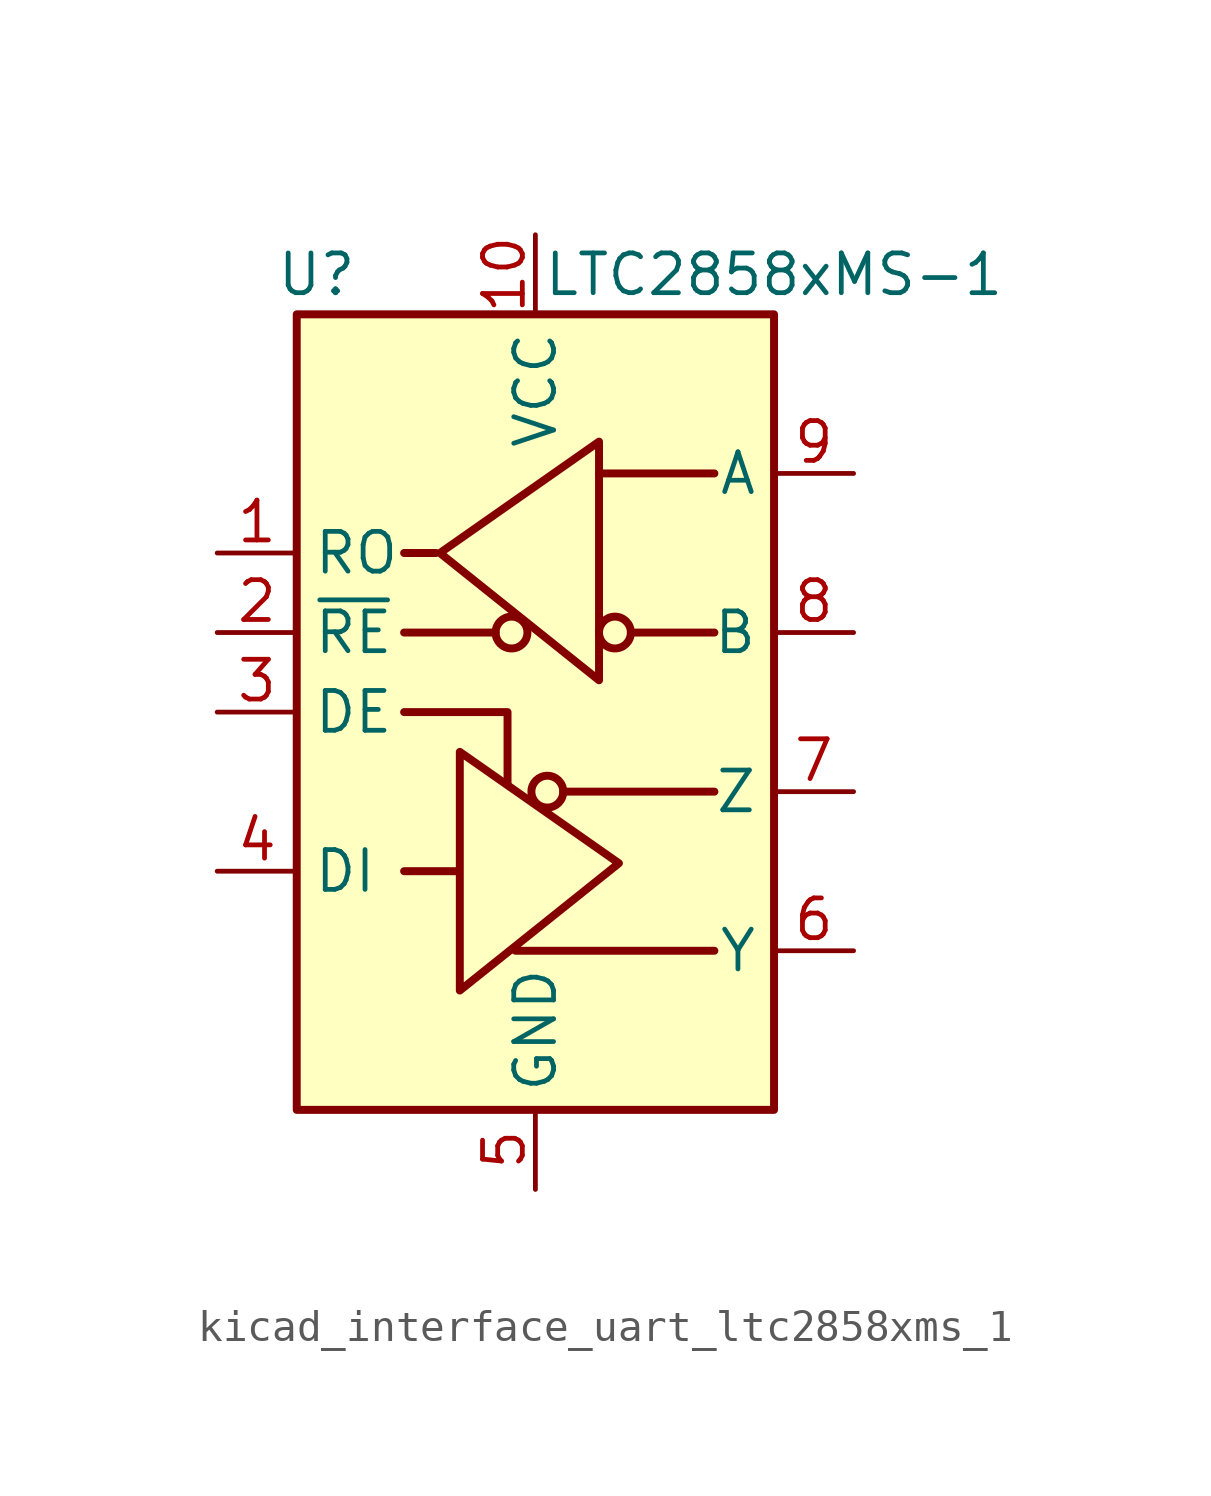
<source format=kicad_sym>
(kicad_symbol_lib
  (version 20220914)
  (generator kicad_symbol_editor)
  (symbol "kicad_interface_uart_ltc2858xms_1"
    (property "Reference" "U"
      (at -6.985 13.97 0)
      (effects (font (size 1.27 1.27))))
    (property "Value" "LTC2858xMS-1"
      (at 7.62 13.97 0)
      (effects (font (size 1.27 1.27))))
    (symbol "kicad_interface_uart_ltc2858xms_1_0_1"
      (rectangle (start -7.62 12.7) (end 7.62 -12.7) (stroke (width 0.254) (type default)) (fill (type background))))
    (symbol "kicad_interface_uart_ltc2858xms_1_1_1"
      (circle (center -0.762 2.54) (radius 0.508) (stroke (width 0.254) (type default)) (fill (type none)))
      (polyline (pts (xy -4.191 2.54) (xy -1.27 2.54)) (stroke (width 0.254) (type default)) (fill (type none)))
      (polyline (pts (xy -2.54 -5.08) (xy -4.191 -5.08)) (stroke (width 0.254) (type default)) (fill (type none)))
      (polyline (pts (xy -0.635 -7.62) (xy 5.715 -7.62)) (stroke (width 0.254) (type default)) (fill (type none)))
      (polyline (pts (xy 0.889 -2.54) (xy 5.715 -2.54)) (stroke (width 0.254) (type default)) (fill (type none)))
      (polyline (pts (xy 2.032 7.62) (xy 5.715 7.62)) (stroke (width 0.254) (type default)) (fill (type none)))
      (polyline (pts (xy 3.048 2.54) (xy 5.715 2.54)) (stroke (width 0.254) (type default)) (fill (type none)))
      (polyline (pts (xy -4.191 0) (xy -0.889 0) (xy -0.889 -2.286)) (stroke (width 0.254) (type default)) (fill (type none)))
      (polyline (pts (xy -3.175 5.08) (xy -4.191 5.08) (xy -4.064 5.08)) (stroke (width 0.254) (type default)) (fill (type none)))
      (polyline (pts (xy -2.413 -5.08) (xy -2.413 -1.27) (xy 2.667 -4.826) (xy -2.413 -8.89) (xy -2.413 -5.08)) (stroke (width 0.254) (type default)) (fill (type none)))
      (polyline (pts (xy 2.032 4.826) (xy 2.032 8.636) (xy -3.048 5.08) (xy 2.032 1.016) (xy 2.032 4.826)) (stroke (width 0.254) (type default)) (fill (type none)))
      (circle (center 0.381 -2.54) (radius 0.508) (stroke (width 0.254) (type default)) (fill (type none)))
      (circle (center 2.54 2.54) (radius 0.508) (stroke (width 0.254) (type default)) (fill (type none)))
      (pin output line (at -10.16 5.08 0) (length 2.54) (name "RO" (effects (font (size 1.27 1.27)))) (number "1" (effects (font (size 1.27 1.27)))))
      (pin power_in line (at 0 15.24 270) (length 2.54) (name "VCC" (effects (font (size 1.27 1.27)))) (number "10" (effects (font (size 1.27 1.27)))))
      (pin input line (at -10.16 2.54 0) (length 2.54) (name "~{RE}" (effects (font (size 1.27 1.27)))) (number "2" (effects (font (size 1.27 1.27)))))
      (pin input line (at -10.16 0 0) (length 2.54) (name "DE" (effects (font (size 1.27 1.27)))) (number "3" (effects (font (size 1.27 1.27)))))
      (pin input line (at -10.16 -5.08 0) (length 2.54) (name "DI" (effects (font (size 1.27 1.27)))) (number "4" (effects (font (size 1.27 1.27)))))
      (pin power_in line (at 0 -15.24 90) (length 2.54) (name "GND" (effects (font (size 1.27 1.27)))) (number "5" (effects (font (size 1.27 1.27)))))
      (pin output line (at 10.16 -7.62 180) (length 2.54) (name "Y" (effects (font (size 1.27 1.27)))) (number "6" (effects (font (size 1.27 1.27)))))
      (pin output line (at 10.16 -2.54 180) (length 2.54) (name "Z" (effects (font (size 1.27 1.27)))) (number "7" (effects (font (size 1.27 1.27)))))
      (pin input line (at 10.16 2.54 180) (length 2.54) (name "B" (effects (font (size 1.27 1.27)))) (number "8" (effects (font (size 1.27 1.27)))))
      (pin input line (at 10.16 7.62 180) (length 2.54) (name "A" (effects (font (size 1.27 1.27)))) (number "9" (effects (font (size 1.27 1.27))))))))
</source>
